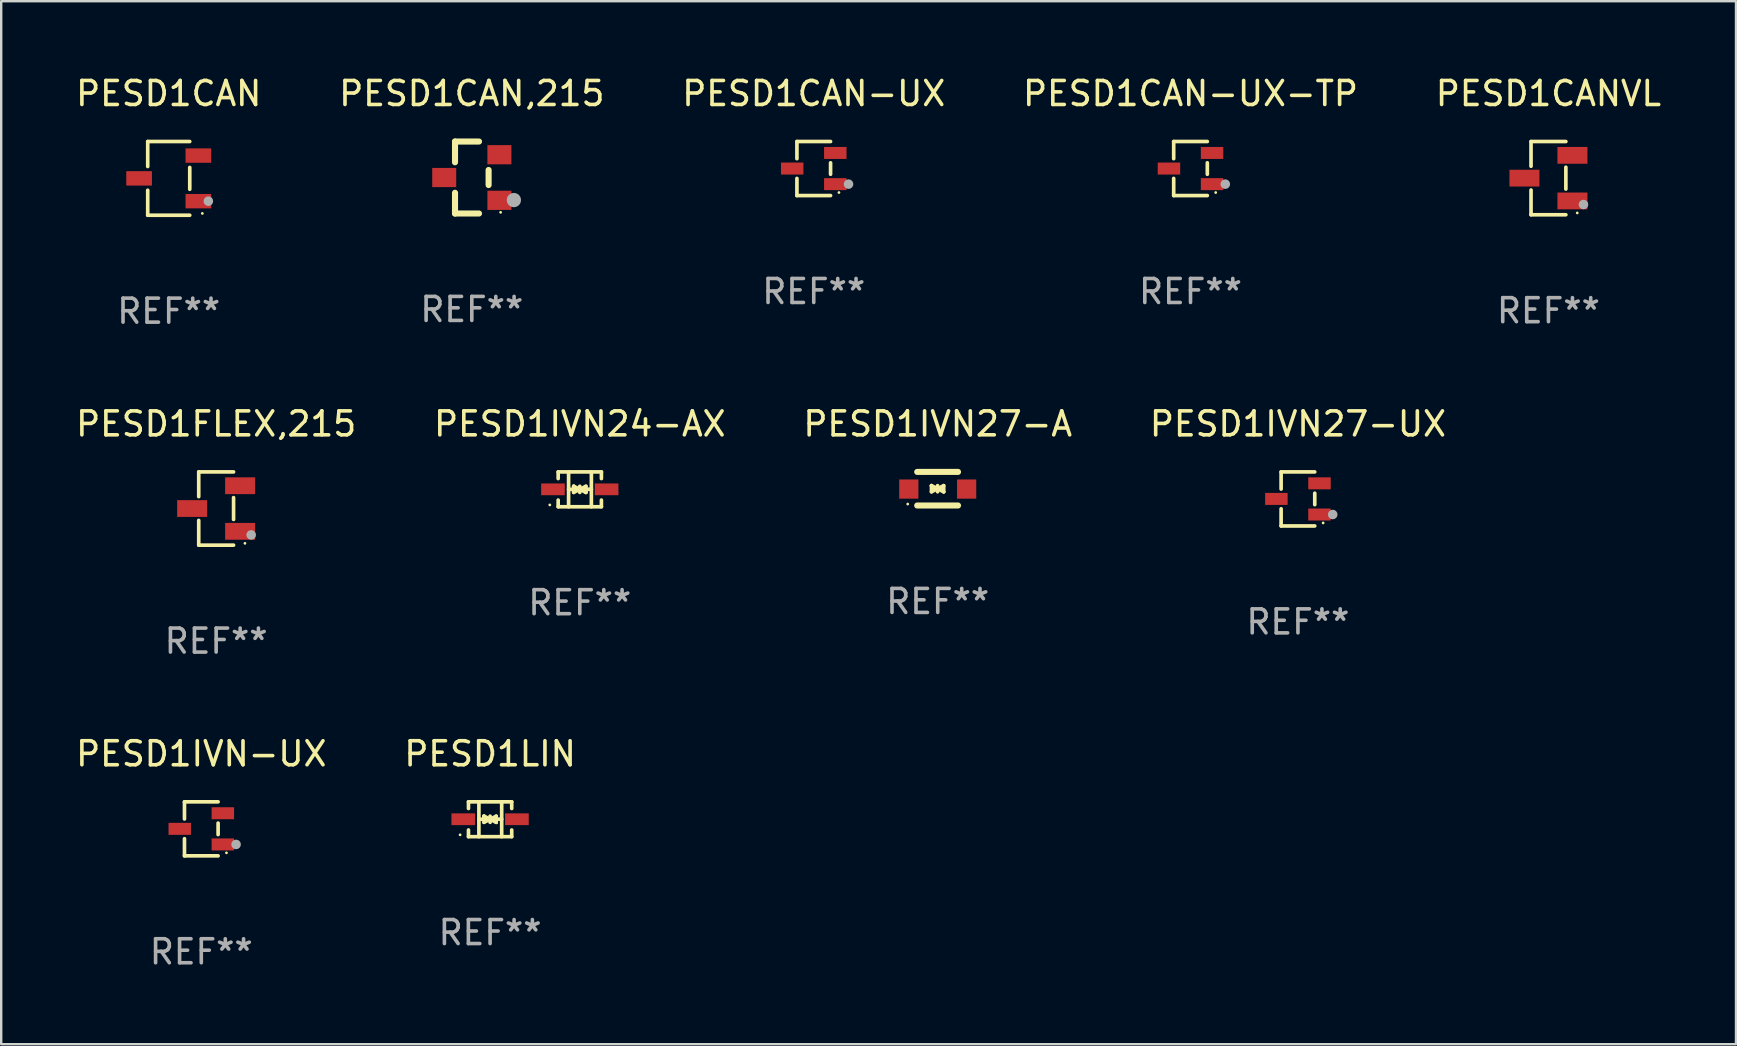
<source format=kicad_pcb>
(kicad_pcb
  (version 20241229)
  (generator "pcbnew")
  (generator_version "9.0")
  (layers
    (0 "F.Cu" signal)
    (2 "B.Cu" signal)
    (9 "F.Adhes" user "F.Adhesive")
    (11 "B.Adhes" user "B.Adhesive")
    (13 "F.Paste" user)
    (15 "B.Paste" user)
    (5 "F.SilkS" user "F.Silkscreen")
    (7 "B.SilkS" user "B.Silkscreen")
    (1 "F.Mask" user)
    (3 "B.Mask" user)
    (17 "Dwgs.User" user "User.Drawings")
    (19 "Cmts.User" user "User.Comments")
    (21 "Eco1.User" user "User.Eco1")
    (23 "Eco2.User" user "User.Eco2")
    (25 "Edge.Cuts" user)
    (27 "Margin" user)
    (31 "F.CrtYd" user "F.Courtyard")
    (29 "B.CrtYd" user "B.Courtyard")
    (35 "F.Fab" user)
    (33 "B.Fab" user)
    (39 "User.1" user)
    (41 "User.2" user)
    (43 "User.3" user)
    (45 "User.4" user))
  (footprint "PESD1IVN27-UX"
    (layer "F.Cu")
    (at 51.042 17.743)
    (property "Reference" "PESD1IVN27-UX" (at 0 -3.126 0) (layer "F.SilkS") (effects (font (size 1 1) (thickness 0.15))))
    (attr through_hole)
    (fp_line (start -0.701 -1.126) (end -0.701 -0.411) (stroke (width 0.152) (type solid)) (layer "F.SilkS"))
    (fp_line (start -0.701 1.126) (end -0.701 0.411) (stroke (width 0.152) (type solid)) (layer "F.SilkS"))
    (fp_line (start 0.701 -1.126) (end -0.701 -1.126) (stroke (width 0.152) (type solid)) (layer "F.SilkS"))
    (fp_line (start 0.701 -0.239) (end 0.701 0.239) (stroke (width 0.152) (type solid)) (layer "F.SilkS"))
    (fp_line (start 0.701 1.126) (end -0.701 1.126) (stroke (width 0.152) (type solid)) (layer "F.SilkS"))
    (fp_circle (center 1.05 1) (end 1.08 1) (stroke (width 0.06) (type solid)) (fill no) (layer "F.SilkS"))
    (fp_circle (center 1.45 0.65) (end 1.55 0.65) (stroke (width 0.2) (type solid)) (fill no) (layer "F.Fab"))
    (fp_text user "REF**" (at 0 5.126 0) (layer "F.Fab") (effects (font (size 1 1) (thickness 0.15))))
    (pad "1" smd rect (at 0.898 0.65) (size 0.936 0.5) (layers "F.Cu" "F.Mask" "F.Paste"))
    (pad "2" smd rect (at 0.898 -0.65) (size 0.936 0.5) (layers "F.Cu" "F.Mask" "F.Paste"))
    (pad "3" smd rect (at -0.898 0) (size 0.936 0.5) (layers "F.Cu" "F.Mask" "F.Paste")))
  (footprint "PESD1CAN-UX"
    (layer "F.Cu")
    (at 30.863 3.974)
    (property "Reference" "PESD1CAN-UX" (at 0 -3.126 0) (layer "F.SilkS") (effects (font (size 1 1) (thickness 0.15))))
    (attr through_hole)
    (fp_line (start -0.701 -1.126) (end -0.701 -0.411) (stroke (width 0.152) (type solid)) (layer "F.SilkS"))
    (fp_line (start -0.701 1.126) (end -0.701 0.411) (stroke (width 0.152) (type solid)) (layer "F.SilkS"))
    (fp_line (start 0.701 -1.126) (end -0.701 -1.126) (stroke (width 0.152) (type solid)) (layer "F.SilkS"))
    (fp_line (start 0.701 -0.239) (end 0.701 0.239) (stroke (width 0.152) (type solid)) (layer "F.SilkS"))
    (fp_line (start 0.701 1.126) (end -0.701 1.126) (stroke (width 0.152) (type solid)) (layer "F.SilkS"))
    (fp_circle (center 1.05 1) (end 1.08 1) (stroke (width 0.06) (type solid)) (fill no) (layer "F.SilkS"))
    (fp_circle (center 1.45 0.65) (end 1.55 0.65) (stroke (width 0.2) (type solid)) (fill no) (layer "F.Fab"))
    (fp_text user "REF**" (at 0 5.126 0) (layer "F.Fab") (effects (font (size 1 1) (thickness 0.15))))
    (pad "1" smd rect (at 0.898 0.65) (size 0.936 0.5) (layers "F.Cu" "F.Mask" "F.Paste"))
    (pad "2" smd rect (at 0.898 -0.65) (size 0.936 0.5) (layers "F.Cu" "F.Mask" "F.Paste"))
    (pad "3" smd rect (at -0.898 0) (size 0.936 0.5) (layers "F.Cu" "F.Mask" "F.Paste")))
  (footprint "PESD1IVN27-A"
    (layer "F.Cu")
    (at 36.03 17.317)
    (property "Reference" "PESD1IVN27-A" (at 0 -2.7 0) (layer "F.SilkS") (effects (font (size 1 1) (thickness 0.15))))
    (attr through_hole)
    (fp_line (start -0.855 -0.7) (end 0.845 -0.7) (stroke (width 0.254) (type solid)) (layer "F.SilkS"))
    (fp_line (start -0.855 0.7) (end 0.845 0.7) (stroke (width 0.254) (type solid)) (layer "F.SilkS"))
    (fp_line (start -0.26 -0.127) (end -0.26 -0.127) (stroke (width 0.154) (type solid)) (layer "F.SilkS"))
    (fp_line (start -0.26 -0.127) (end -0.008 -0.003) (stroke (width 0.154) (type solid)) (layer "F.SilkS"))
    (fp_line (start -0.26 0.127) (end -0.26 -0.127) (stroke (width 0.154) (type solid)) (layer "F.SilkS"))
    (fp_line (start -0.133 0.000483) (end -0.003 0.000483) (stroke (width 0.154) (type solid)) (layer "F.SilkS"))
    (fp_line (start -0.009 0.000483) (end -0.26 0.127) (stroke (width 0.154) (type solid)) (layer "F.SilkS"))
    (fp_line (start -0.006 -0.127) (end -0.006 0.127) (stroke (width 0.154) (type solid)) (layer "F.SilkS"))
    (fp_line (start -0.003 0.000483) (end 0.248 -0.127) (stroke (width 0.154) (type solid)) (layer "F.SilkS"))
    (fp_line (start 0.121 0.000483) (end -0.009 0.000483) (stroke (width 0.154) (type solid)) (layer "F.SilkS"))
    (fp_line (start 0.248 -0.127) (end 0.248 0.127) (stroke (width 0.154) (type solid)) (layer "F.SilkS"))
    (fp_line (start 0.248 0.127) (end -0.004 0.004) (stroke (width 0.154) (type solid)) (layer "F.SilkS"))
    (fp_line (start 0.248 0.127) (end 0.248 0.127) (stroke (width 0.154) (type solid)) (layer "F.SilkS"))
    (fp_circle (center -1.25 0.64) (end -1.22 0.64) (stroke (width 0.06) (type solid)) (fill no) (layer "F.SilkS"))
    (fp_text user "REF**" (at 0 4.7 0) (layer "F.Fab") (effects (font (size 1 1) (thickness 0.15))))
    (pad "1" smd rect (at -1.205 0.015) (size 0.8 0.8) (layers "F.Cu" "F.Mask" "F.Paste"))
    (pad "2" smd rect (at 1.205 0.015) (size 0.8 0.8) (layers "F.Cu" "F.Mask" "F.Paste")))
  (footprint "PESD1LIN"
    (layer "F.Cu")
    (at 17.375 31.092)
    (property "Reference" "PESD1LIN" (at 0 -2.726 0) (layer "F.SilkS") (effects (font (size 1 1) (thickness 0.15))))
    (attr through_hole)
    (fp_line (start -0.901 -0.726) (end -0.901 -0.448) (stroke (width 0.152) (type solid)) (layer "F.SilkS"))
    (fp_line (start -0.901 0.726) (end -0.901 0.448) (stroke (width 0.152) (type solid)) (layer "F.SilkS"))
    (fp_line (start -0.467 0) (end 0.483 -0.003) (stroke (width 0.154) (type solid)) (layer "F.SilkS"))
    (fp_line (start -0.467 0.726) (end -0.467 -0.726) (stroke (width 0.152) (type solid)) (layer "F.SilkS"))
    (fp_line (start -0.254 -0.127) (end -0.254 -0.127) (stroke (width 0.154) (type solid)) (layer "F.SilkS"))
    (fp_line (start -0.254 -0.127) (end -0.002 -0.003) (stroke (width 0.154) (type solid)) (layer "F.SilkS"))
    (fp_line (start -0.254 0.127) (end -0.254 -0.127) (stroke (width 0.154) (type solid)) (layer "F.SilkS"))
    (fp_line (start -0.127 0) (end 0.003 0) (stroke (width 0.154) (type solid)) (layer "F.SilkS"))
    (fp_line (start -0.003 0) (end -0.254 0.127) (stroke (width 0.154) (type solid)) (layer "F.SilkS"))
    (fp_line (start 0 -0.127) (end 0 0.127) (stroke (width 0.154) (type solid)) (layer "F.SilkS"))
    (fp_line (start 0.003 0) (end 0.254 -0.127) (stroke (width 0.154) (type solid)) (layer "F.SilkS"))
    (fp_line (start 0.127 0) (end -0.003 0) (stroke (width 0.154) (type solid)) (layer "F.SilkS"))
    (fp_line (start 0.254 -0.127) (end 0.254 0.127) (stroke (width 0.154) (type solid)) (layer "F.SilkS"))
    (fp_line (start 0.254 0.127) (end 0.002 0.003) (stroke (width 0.154) (type solid)) (layer "F.SilkS"))
    (fp_line (start 0.254 0.127) (end 0.254 0.127) (stroke (width 0.154) (type solid)) (layer "F.SilkS"))
    (fp_line (start 0.483 0.726) (end 0.483 -0.726) (stroke (width 0.152) (type solid)) (layer "F.SilkS"))
    (fp_line (start 0.901 -0.726) (end -0.901 -0.726) (stroke (width 0.152) (type solid)) (layer "F.SilkS"))
    (fp_line (start 0.901 -0.726) (end 0.901 -0.448) (stroke (width 0.152) (type solid)) (layer "F.SilkS"))
    (fp_line (start 0.901 0.726) (end -0.901 0.726) (stroke (width 0.152) (type solid)) (layer "F.SilkS"))
    (fp_line (start 0.901 0.726) (end 0.901 0.448) (stroke (width 0.152) (type solid)) (layer "F.SilkS"))
    (fp_circle (center -1.25 0.65) (end -1.22 0.65) (stroke (width 0.06) (type solid)) (fill no) (layer "F.SilkS"))
    (fp_text user "REF**" (at 0 4.726 0) (layer "F.Fab") (effects (font (size 1 1) (thickness 0.15))))
    (pad "1" smd rect (at -1.118 0) (size 0.985 0.49) (layers "F.Cu" "F.Mask" "F.Paste"))
    (pad "2" smd rect (at 1.118 0) (size 0.985 0.49) (layers "F.Cu" "F.Mask" "F.Paste")))
  (footprint "PESD1CAN"
    (layer "F.Cu")
    (at 3.982 4.384)
    (property "Reference" "PESD1CAN" (at 0 -3.536 0) (layer "F.SilkS") (effects (font (size 1 1) (thickness 0.15))))
    (attr through_hole)
    (fp_line (start -0.876 -1.536) (end -0.876 -0.495) (stroke (width 0.152) (type solid)) (layer "F.SilkS"))
    (fp_line (start -0.876 1.536) (end -0.876 0.495) (stroke (width 0.152) (type solid)) (layer "F.SilkS"))
    (fp_line (start 0.876 -1.536) (end -0.876 -1.536) (stroke (width 0.152) (type solid)) (layer "F.SilkS"))
    (fp_line (start 0.876 -0.455) (end 0.876 0.455) (stroke (width 0.152) (type solid)) (layer "F.SilkS"))
    (fp_line (start 0.876 1.536) (end -0.876 1.536) (stroke (width 0.152) (type solid)) (layer "F.SilkS"))
    (fp_circle (center 1.4 1.46) (end 1.43 1.46) (stroke (width 0.06) (type solid)) (fill no) (layer "F.SilkS"))
    (fp_circle (center 1.651 0.95) (end 1.751 0.95) (stroke (width 0.2) (type solid)) (fill no) (layer "F.Fab"))
    (fp_text user "REF**" (at 0 5.536 0) (layer "F.Fab") (effects (font (size 1 1) (thickness 0.15))))
    (pad "1" smd rect (at 1.235 0.95) (size 1.07 0.6) (layers "F.Cu" "F.Mask" "F.Paste"))
    (pad "2" smd rect (at 1.235 -0.95) (size 1.07 0.6) (layers "F.Cu" "F.Mask" "F.Paste"))
    (pad "3" smd rect (at -1.235 0) (size 1.07 0.6) (layers "F.Cu" "F.Mask" "F.Paste")))
  (footprint "PESD1CANVL"
    (layer "F.Cu")
    (at 61.482 4.374)
    (property "Reference" "PESD1CANVL" (at 0 -3.526 0) (layer "F.SilkS") (effects (font (size 1 1) (thickness 0.15))))
    (attr through_hole)
    (fp_line (start -0.726 -1.526) (end -0.726 -0.495) (stroke (width 0.152) (type solid)) (layer "F.SilkS"))
    (fp_line (start -0.726 1.526) (end -0.726 0.495) (stroke (width 0.152) (type solid)) (layer "F.SilkS"))
    (fp_line (start 0.726 -1.526) (end -0.726 -1.526) (stroke (width 0.152) (type solid)) (layer "F.SilkS"))
    (fp_line (start 0.726 -0.455) (end 0.726 0.455) (stroke (width 0.152) (type solid)) (layer "F.SilkS"))
    (fp_line (start 0.726 1.526) (end -0.726 1.526) (stroke (width 0.152) (type solid)) (layer "F.SilkS"))
    (fp_circle (center 1.2 1.45) (end 1.23 1.45) (stroke (width 0.06) (type solid)) (fill no) (layer "F.SilkS"))
    (fp_circle (center 1.46 1.1) (end 1.56 1.1) (stroke (width 0.2) (type solid)) (fill no) (layer "F.Fab"))
    (fp_text user "REF**" (at 0 5.526 0) (layer "F.Fab") (effects (font (size 1 1) (thickness 0.15))))
    (pad "1" smd rect (at 1 0.95) (size 1.25 0.7) (layers "F.Cu" "F.Mask" "F.Paste"))
    (pad "2" smd rect (at 1 -0.95) (size 1.25 0.7) (layers "F.Cu" "F.Mask" "F.Paste"))
    (pad "3" smd rect (at -1 0) (size 1.25 0.7) (layers "F.Cu" "F.Mask" "F.Paste")))
  (footprint "PESD1FLEX,215"
    (layer "F.Cu")
    (at 5.958 18.143)
    (property "Reference" "PESD1FLEX,215" (at 0 -3.526 0) (layer "F.SilkS") (effects (font (size 1 1) (thickness 0.15))))
    (attr through_hole)
    (fp_line (start -0.726 -1.526) (end -0.726 -0.495) (stroke (width 0.152) (type solid)) (layer "F.SilkS"))
    (fp_line (start -0.726 1.526) (end -0.726 0.495) (stroke (width 0.152) (type solid)) (layer "F.SilkS"))
    (fp_line (start 0.726 -1.526) (end -0.726 -1.526) (stroke (width 0.152) (type solid)) (layer "F.SilkS"))
    (fp_line (start 0.726 -0.455) (end 0.726 0.455) (stroke (width 0.152) (type solid)) (layer "F.SilkS"))
    (fp_line (start 0.726 1.526) (end -0.726 1.526) (stroke (width 0.152) (type solid)) (layer "F.SilkS"))
    (fp_circle (center 1.2 1.45) (end 1.23 1.45) (stroke (width 0.06) (type solid)) (fill no) (layer "F.SilkS"))
    (fp_circle (center 1.46 1.1) (end 1.56 1.1) (stroke (width 0.2) (type solid)) (fill no) (layer "F.Fab"))
    (fp_text user "REF**" (at 0 5.526 0) (layer "F.Fab") (effects (font (size 1 1) (thickness 0.15))))
    (pad "1" smd rect (at 1 0.95) (size 1.25 0.7) (layers "F.Cu" "F.Mask" "F.Paste"))
    (pad "2" smd rect (at 1 -0.95) (size 1.25 0.7) (layers "F.Cu" "F.Mask" "F.Paste"))
    (pad "3" smd rect (at -1 0) (size 1.25 0.7) (layers "F.Cu" "F.Mask" "F.Paste")))
  (footprint "PESD1IVN-UX"
    (layer "F.Cu")
    (at 5.339 31.492)
    (property "Reference" "PESD1IVN-UX" (at 0 -3.126 0) (layer "F.SilkS") (effects (font (size 1 1) (thickness 0.15))))
    (attr through_hole)
    (fp_line (start -0.701 -1.126) (end -0.701 -0.411) (stroke (width 0.152) (type solid)) (layer "F.SilkS"))
    (fp_line (start -0.701 1.126) (end -0.701 0.411) (stroke (width 0.152) (type solid)) (layer "F.SilkS"))
    (fp_line (start 0.701 -1.126) (end -0.701 -1.126) (stroke (width 0.152) (type solid)) (layer "F.SilkS"))
    (fp_line (start 0.701 -0.239) (end 0.701 0.239) (stroke (width 0.152) (type solid)) (layer "F.SilkS"))
    (fp_line (start 0.701 1.126) (end -0.701 1.126) (stroke (width 0.152) (type solid)) (layer "F.SilkS"))
    (fp_circle (center 1.05 1) (end 1.08 1) (stroke (width 0.06) (type solid)) (fill no) (layer "F.SilkS"))
    (fp_circle (center 1.45 0.65) (end 1.55 0.65) (stroke (width 0.2) (type solid)) (fill no) (layer "F.Fab"))
    (fp_text user "REF**" (at 0 5.126 0) (layer "F.Fab") (effects (font (size 1 1) (thickness 0.15))))
    (pad "1" smd rect (at 0.898 0.65) (size 0.936 0.5) (layers "F.Cu" "F.Mask" "F.Paste"))
    (pad "2" smd rect (at 0.898 -0.65) (size 0.936 0.5) (layers "F.Cu" "F.Mask" "F.Paste"))
    (pad "3" smd rect (at -0.898 0) (size 0.936 0.5) (layers "F.Cu" "F.Mask" "F.Paste")))
  (footprint "PESD1IVN24-AX"
    (layer "F.Cu")
    (at 21.113 17.343)
    (property "Reference" "PESD1IVN24-AX" (at 0 -2.726 0) (layer "F.SilkS") (effects (font (size 1 1) (thickness 0.15))))
    (attr through_hole)
    (fp_line (start -0.901 -0.726) (end -0.901 -0.448) (stroke (width 0.152) (type solid)) (layer "F.SilkS"))
    (fp_line (start -0.901 0.726) (end -0.901 0.448) (stroke (width 0.152) (type solid)) (layer "F.SilkS"))
    (fp_line (start -0.467 0) (end 0.483 -0.003) (stroke (width 0.154) (type solid)) (layer "F.SilkS"))
    (fp_line (start -0.467 0.726) (end -0.467 -0.726) (stroke (width 0.152) (type solid)) (layer "F.SilkS"))
    (fp_line (start -0.254 -0.127) (end -0.254 -0.127) (stroke (width 0.154) (type solid)) (layer "F.SilkS"))
    (fp_line (start -0.254 -0.127) (end -0.002 -0.003) (stroke (width 0.154) (type solid)) (layer "F.SilkS"))
    (fp_line (start -0.254 0.127) (end -0.254 -0.127) (stroke (width 0.154) (type solid)) (layer "F.SilkS"))
    (fp_line (start -0.127 0) (end 0.003 0) (stroke (width 0.154) (type solid)) (layer "F.SilkS"))
    (fp_line (start -0.003 0) (end -0.254 0.127) (stroke (width 0.154) (type solid)) (layer "F.SilkS"))
    (fp_line (start 0 -0.127) (end 0 0.127) (stroke (width 0.154) (type solid)) (layer "F.SilkS"))
    (fp_line (start 0.003 0) (end 0.254 -0.127) (stroke (width 0.154) (type solid)) (layer "F.SilkS"))
    (fp_line (start 0.127 0) (end -0.003 0) (stroke (width 0.154) (type solid)) (layer "F.SilkS"))
    (fp_line (start 0.254 -0.127) (end 0.254 0.127) (stroke (width 0.154) (type solid)) (layer "F.SilkS"))
    (fp_line (start 0.254 0.127) (end 0.002 0.003) (stroke (width 0.154) (type solid)) (layer "F.SilkS"))
    (fp_line (start 0.254 0.127) (end 0.254 0.127) (stroke (width 0.154) (type solid)) (layer "F.SilkS"))
    (fp_line (start 0.483 0.726) (end 0.483 -0.726) (stroke (width 0.152) (type solid)) (layer "F.SilkS"))
    (fp_line (start 0.901 -0.726) (end -0.901 -0.726) (stroke (width 0.152) (type solid)) (layer "F.SilkS"))
    (fp_line (start 0.901 -0.726) (end 0.901 -0.448) (stroke (width 0.152) (type solid)) (layer "F.SilkS"))
    (fp_line (start 0.901 0.726) (end -0.901 0.726) (stroke (width 0.152) (type solid)) (layer "F.SilkS"))
    (fp_line (start 0.901 0.726) (end 0.901 0.448) (stroke (width 0.152) (type solid)) (layer "F.SilkS"))
    (fp_circle (center -1.25 0.65) (end -1.22 0.65) (stroke (width 0.06) (type solid)) (fill no) (layer "F.SilkS"))
    (fp_text user "REF**" (at 0 4.726 0) (layer "F.Fab") (effects (font (size 1 1) (thickness 0.15))))
    (pad "1" smd rect (at -1.118 0) (size 0.985 0.49) (layers "F.Cu" "F.Mask" "F.Paste"))
    (pad "2" smd rect (at 1.118 0) (size 0.985 0.49) (layers "F.Cu" "F.Mask" "F.Paste")))
  (footprint "PESD1CAN-UX-TP"
    (layer "F.Cu")
    (at 46.565 3.974)
    (property "Reference" "PESD1CAN-UX-TP" (at 0 -3.126 0) (layer "F.SilkS") (effects (font (size 1 1) (thickness 0.15))))
    (attr through_hole)
    (fp_line (start -0.701 -1.126) (end -0.701 -0.411) (stroke (width 0.152) (type solid)) (layer "F.SilkS"))
    (fp_line (start -0.701 1.126) (end -0.701 0.411) (stroke (width 0.152) (type solid)) (layer "F.SilkS"))
    (fp_line (start 0.701 -1.126) (end -0.701 -1.126) (stroke (width 0.152) (type solid)) (layer "F.SilkS"))
    (fp_line (start 0.701 -0.239) (end 0.701 0.239) (stroke (width 0.152) (type solid)) (layer "F.SilkS"))
    (fp_line (start 0.701 1.126) (end -0.701 1.126) (stroke (width 0.152) (type solid)) (layer "F.SilkS"))
    (fp_circle (center 1.05 1) (end 1.08 1) (stroke (width 0.06) (type solid)) (fill no) (layer "F.SilkS"))
    (fp_circle (center 1.45 0.65) (end 1.55 0.65) (stroke (width 0.2) (type solid)) (fill no) (layer "F.Fab"))
    (fp_text user "REF**" (at 0 5.126 0) (layer "F.Fab") (effects (font (size 1 1) (thickness 0.15))))
    (pad "1" smd rect (at 0.898 0.65) (size 0.936 0.5) (layers "F.Cu" "F.Mask" "F.Paste"))
    (pad "2" smd rect (at 0.898 -0.65) (size 0.936 0.5) (layers "F.Cu" "F.Mask" "F.Paste"))
    (pad "3" smd rect (at -0.898 0) (size 0.936 0.5) (layers "F.Cu" "F.Mask" "F.Paste")))
  (footprint "PESD1CAN,215"
    (layer "F.Cu")
    (at 16.613 4.348)
    (property "Reference" "PESD1CAN,215" (at 0 -3.5 0) (layer "F.SilkS") (effects (font (size 1 1) (thickness 0.15))))
    (attr through_hole)
    (fp_line (start -0.7 -1.5) (end 0.3 -1.5) (stroke (width 0.254) (type solid)) (layer "F.SilkS"))
    (fp_line (start -0.7 -0.636) (end -0.7 -1.5) (stroke (width 0.254) (type solid)) (layer "F.SilkS"))
    (fp_line (start -0.7 1.5) (end -0.7 0.636) (stroke (width 0.254) (type solid)) (layer "F.SilkS"))
    (fp_line (start -0.7 1.5) (end 0.3 1.5) (stroke (width 0.254) (type solid)) (layer "F.SilkS"))
    (fp_line (start 0.7 0.314) (end 0.7 -0.314) (stroke (width 0.254) (type solid)) (layer "F.SilkS"))
    (fp_circle (center 1.2 1.45) (end 1.23 1.45) (stroke (width 0.06) (type solid)) (fill no) (layer "F.SilkS"))
    (fp_circle (center 1.753 0.94) (end 1.903 0.94) (stroke (width 0.3) (type solid)) (fill no) (layer "F.Fab"))
    (fp_text user "REF**" (at 0 5.5 0) (layer "F.Fab") (effects (font (size 1 1) (thickness 0.15))))
    (pad "1" smd rect (at 1.15 0.95 180) (size 1 0.8) (layers "F.Cu" "F.Mask" "F.Paste"))
    (pad "2" smd rect (at 1.15 -0.95 180) (size 1 0.8) (layers "F.Cu" "F.Mask" "F.Paste"))
    (pad "3" smd rect (at -1.15 -0.000051 180) (size 1 0.8) (layers "F.Cu" "F.Mask" "F.Paste")))
  (gr_rect
    (start -3 -3)
    (end 69.298 40.467)
    (stroke (width 0.1) (type default))
    (fill no)
    (layer "Edge.Cuts")))
</source>
